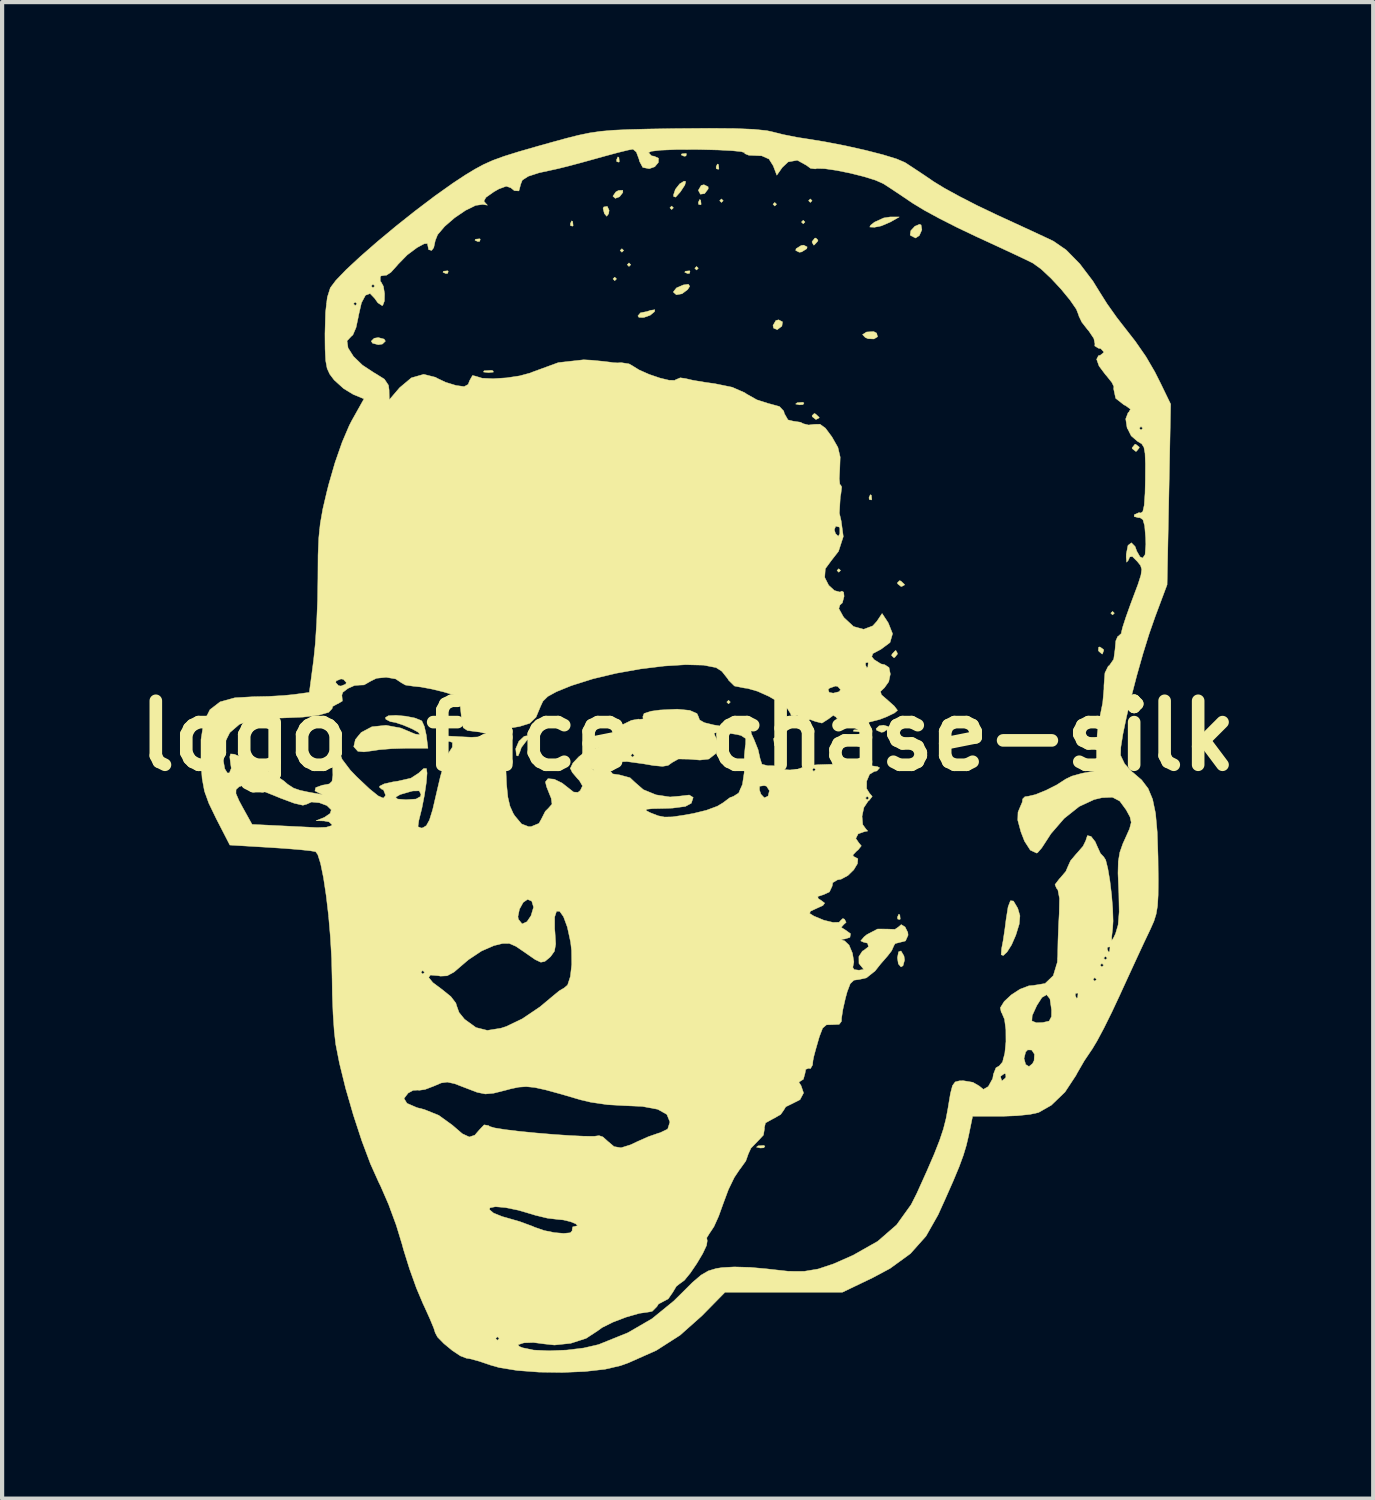
<source format=kicad_pcb>
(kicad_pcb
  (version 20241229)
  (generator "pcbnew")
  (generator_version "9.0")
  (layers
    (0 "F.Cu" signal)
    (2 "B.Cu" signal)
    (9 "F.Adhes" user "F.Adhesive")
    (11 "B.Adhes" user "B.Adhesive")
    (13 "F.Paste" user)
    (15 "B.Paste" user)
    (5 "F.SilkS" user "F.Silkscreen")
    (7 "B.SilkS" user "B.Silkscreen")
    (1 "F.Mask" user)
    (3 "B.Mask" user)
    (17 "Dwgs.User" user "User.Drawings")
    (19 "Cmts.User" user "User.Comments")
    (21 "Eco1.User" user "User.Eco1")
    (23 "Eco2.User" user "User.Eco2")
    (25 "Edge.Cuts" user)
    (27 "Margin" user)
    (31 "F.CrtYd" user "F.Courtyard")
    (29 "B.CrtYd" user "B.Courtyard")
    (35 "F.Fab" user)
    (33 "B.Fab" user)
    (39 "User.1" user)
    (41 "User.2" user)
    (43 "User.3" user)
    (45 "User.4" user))
  (footprint "logo-face-chase-silk"
    (layer "F.Cu")
    (at 13.324 14.471)
    (property "Reference" "logo-face-chase-silk" (at 0 0 0) (layer "F.SilkS") (effects (font (size 1.524 1.524) (thickness 0.3))))
    (attr through_hole)
    (fp_poly (pts (xy -1.693 -10.88) (xy -1.736 -10.837) (xy -1.778 -10.88) (xy -1.736 -10.922) (xy -1.693 -10.88)) (stroke (width 0.01) (type solid)) (fill yes) (layer "F.SilkS"))
    (fp_poly (pts (xy -1.524 -11.557) (xy -1.566 -11.515) (xy -1.609 -11.557) (xy -1.566 -11.599) (xy -1.524 -11.557)) (stroke (width 0.01) (type solid)) (fill yes) (layer "F.SilkS"))
    (fp_poly (pts (xy -1.355 -11.218) (xy -1.397 -11.176) (xy -1.439 -11.218) (xy -1.397 -11.261) (xy -1.355 -11.218)) (stroke (width 0.01) (type solid)) (fill yes) (layer "F.SilkS"))
    (fp_poly (pts (xy -0.339 -12.573) (xy -0.381 -12.531) (xy -0.423 -12.573) (xy -0.381 -12.615) (xy -0.339 -12.573)) (stroke (width 0.01) (type solid)) (fill yes) (layer "F.SilkS"))
    (fp_poly (pts (xy 0.254 -11.134) (xy 0.212 -11.091) (xy 0.169 -11.134) (xy 0.212 -11.176) (xy 0.254 -11.134)) (stroke (width 0.01) (type solid)) (fill yes) (layer "F.SilkS"))
    (fp_poly (pts (xy 0.847 -12.742) (xy 0.804 -12.7) (xy 0.762 -12.742) (xy 0.804 -12.785) (xy 0.847 -12.742)) (stroke (width 0.01) (type solid)) (fill yes) (layer "F.SilkS"))
    (fp_poly (pts (xy 1.016 -0.804) (xy 0.974 -0.762) (xy 0.931 -0.804) (xy 0.974 -0.847) (xy 1.016 -0.804)) (stroke (width 0.01) (type solid)) (fill yes) (layer "F.SilkS"))
    (fp_poly (pts (xy 2.117 -12.658) (xy 2.074 -12.615) (xy 2.032 -12.658) (xy 2.074 -12.7) (xy 2.117 -12.658)) (stroke (width 0.01) (type solid)) (fill yes) (layer "F.SilkS"))
    (fp_poly (pts (xy 2.794 -12.234) (xy 2.752 -12.192) (xy 2.709 -12.234) (xy 2.752 -12.277) (xy 2.794 -12.234)) (stroke (width 0.01) (type solid)) (fill yes) (layer "F.SilkS"))
    (fp_poly (pts (xy 2.963 -12.742) (xy 2.921 -12.7) (xy 2.879 -12.742) (xy 2.921 -12.785) (xy 2.963 -12.742)) (stroke (width 0.01) (type solid)) (fill yes) (layer "F.SilkS"))
    (fp_poly (pts (xy 3.641 -3.937) (xy 3.598 -3.895) (xy 3.556 -3.937) (xy 3.598 -3.979) (xy 3.641 -3.937)) (stroke (width 0.01) (type solid)) (fill yes) (layer "F.SilkS"))
    (fp_poly (pts (xy 10.16 -2.921) (xy 10.118 -2.879) (xy 10.075 -2.921) (xy 10.118 -2.963) (xy 10.16 -2.921)) (stroke (width 0.01) (type solid)) (fill yes) (layer "F.SilkS"))
    (fp_poly (pts (xy -5.701 -11.063) (xy -5.713 -11.013) (xy -5.757 -11.007) (xy -5.827 -11.038) (xy -5.814 -11.063) (xy -5.713 -11.073) (xy -5.701 -11.063)) (stroke (width 0.01) (type solid)) (fill yes) (layer "F.SilkS"))
    (fp_poly (pts (xy -4.939 -11.825) (xy -4.951 -11.775) (xy -4.995 -11.769) (xy -5.065 -11.8) (xy -5.052 -11.825) (xy -4.951 -11.835) (xy -4.939 -11.825)) (stroke (width 0.01) (type solid)) (fill yes) (layer "F.SilkS"))
    (fp_poly (pts (xy -4.636 -8.692) (xy -4.625 -8.661) (xy -4.741 -8.649) (xy -4.862 -8.663) (xy -4.847 -8.692) (xy -4.674 -8.703) (xy -4.636 -8.692)) (stroke (width 0.01) (type solid)) (fill yes) (layer "F.SilkS"))
    (fp_poly (pts (xy -2.738 -12.248) (xy -2.727 -12.148) (xy -2.738 -12.136) (xy -2.788 -12.147) (xy -2.794 -12.192) (xy -2.763 -12.262) (xy -2.738 -12.248)) (stroke (width 0.01) (type solid)) (fill yes) (layer "F.SilkS"))
    (fp_poly (pts (xy -1.637 -13.772) (xy -1.627 -13.672) (xy -1.637 -13.66) (xy -1.687 -13.671) (xy -1.693 -13.716) (xy -1.662 -13.786) (xy -1.637 -13.772)) (stroke (width 0.01) (type solid)) (fill yes) (layer "F.SilkS"))
    (fp_poly (pts (xy -0.028 -13.857) (xy -0.04 -13.807) (xy -0.085 -13.801) (xy -0.154 -13.832) (xy -0.141 -13.857) (xy -0.041 -13.867) (xy -0.028 -13.857)) (stroke (width 0.01) (type solid)) (fill yes) (layer "F.SilkS"))
    (fp_poly (pts (xy 0.056 -11.063) (xy 0.045 -11.013) (xy 0 -11.007) (xy -0.07 -11.038) (xy -0.056 -11.063) (xy 0.044 -11.073) (xy 0.056 -11.063)) (stroke (width 0.01) (type solid)) (fill yes) (layer "F.SilkS"))
    (fp_poly (pts (xy 0.31 -12.756) (xy 0.321 -12.656) (xy 0.31 -12.644) (xy 0.26 -12.655) (xy 0.254 -12.7) (xy 0.285 -12.77) (xy 0.31 -12.756)) (stroke (width 0.01) (type solid)) (fill yes) (layer "F.SilkS"))
    (fp_poly (pts (xy 0.734 -13.603) (xy 0.744 -13.503) (xy 0.734 -13.49) (xy 0.683 -13.502) (xy 0.677 -13.547) (xy 0.708 -13.616) (xy 0.734 -13.603)) (stroke (width 0.01) (type solid)) (fill yes) (layer "F.SilkS"))
    (fp_poly (pts (xy 1.84 9.77) (xy 1.814 9.809) (xy 1.729 9.815) (xy 1.638 9.794) (xy 1.677 9.763) (xy 1.81 9.753) (xy 1.84 9.77)) (stroke (width 0.01) (type solid)) (fill yes) (layer "F.SilkS"))
    (fp_poly (pts (xy 2.771 -7.925) (xy 2.746 -7.887) (xy 2.66 -7.881) (xy 2.57 -7.901) (xy 2.609 -7.932) (xy 2.741 -7.942) (xy 2.771 -7.925)) (stroke (width 0.01) (type solid)) (fill yes) (layer "F.SilkS"))
    (fp_poly (pts (xy 4.17 -0.141) (xy 4.18 -0.11) (xy 4.064 -0.098) (xy 3.944 -0.111) (xy 3.958 -0.141) (xy 4.132 -0.152) (xy 4.17 -0.141)) (stroke (width 0.01) (type solid)) (fill yes) (layer "F.SilkS"))
    (fp_poly (pts (xy 4.374 -5.729) (xy 4.385 -5.629) (xy 4.374 -5.616) (xy 4.324 -5.628) (xy 4.318 -5.673) (xy 4.349 -5.742) (xy 4.374 -5.729)) (stroke (width 0.01) (type solid)) (fill yes) (layer "F.SilkS"))
    (fp_poly (pts (xy 5.052 4.262) (xy 5.062 4.362) (xy 5.052 4.374) (xy 5.001 4.363) (xy 4.995 4.318) (xy 5.026 4.248) (xy 5.052 4.262)) (stroke (width 0.01) (type solid)) (fill yes) (layer "F.SilkS"))
    (fp_poly (pts (xy -1.87 -12.513) (xy -1.881 -12.434) (xy -1.927 -12.371) (xy -1.983 -12.435) (xy -2.014 -12.559) (xy -1.998 -12.593) (xy -1.914 -12.607) (xy -1.87 -12.513)) (stroke (width 0.01) (type solid)) (fill yes) (layer "F.SilkS"))
    (fp_poly (pts (xy 0.487 -13.074) (xy 0.489 -13.023) (xy 0.404 -12.911) (xy 0.303 -12.897) (xy 0.254 -12.989) (xy 0.322 -13.106) (xy 0.388 -13.123) (xy 0.487 -13.074)) (stroke (width 0.01) (type solid)) (fill yes) (layer "F.SilkS"))
    (fp_poly (pts (xy 2.22 0.069) (xy 2.276 0.185) (xy 2.221 0.268) (xy 2.127 0.313) (xy 2.067 0.222) (xy 2.047 0.064) (xy 2.117 0.01) (xy 2.22 0.069)) (stroke (width 0.01) (type solid)) (fill yes) (layer "F.SilkS"))
    (fp_poly (pts (xy 2.259 -9.857) (xy 2.244 -9.755) (xy 2.133 -9.671) (xy 2.046 -9.708) (xy 2.032 -9.772) (xy 2.1 -9.889) (xy 2.166 -9.906) (xy 2.259 -9.857)) (stroke (width 0.01) (type solid)) (fill yes) (layer "F.SilkS"))
    (fp_poly (pts (xy -7.228 -9.447) (xy -7.197 -9.398) (xy -7.268 -9.329) (xy -7.366 -9.313) (xy -7.504 -9.349) (xy -7.535 -9.398) (xy -7.464 -9.467) (xy -7.366 -9.483) (xy -7.228 -9.447)) (stroke (width 0.01) (type solid)) (fill yes) (layer "F.SilkS"))
    (fp_poly (pts (xy -1.543 -12.938) (xy -1.621 -12.837) (xy -1.723 -12.798) (xy -1.778 -12.847) (xy -1.778 -12.853) (xy -1.71 -12.951) (xy -1.644 -12.987) (xy -1.545 -12.99) (xy -1.543 -12.938)) (stroke (width 0.01) (type solid)) (fill yes) (layer "F.SilkS"))
    (fp_poly (pts (xy 2.845 -11.642) (xy 2.836 -11.599) (xy 2.714 -11.522) (xy 2.657 -11.515) (xy 2.573 -11.557) (xy 2.582 -11.599) (xy 2.704 -11.676) (xy 2.762 -11.684) (xy 2.845 -11.642)) (stroke (width 0.01) (type solid)) (fill yes) (layer "F.SilkS"))
    (fp_poly (pts (xy 3.048 -7.662) (xy 3.129 -7.586) (xy 3.133 -7.573) (xy 3.067 -7.536) (xy 3.048 -7.535) (xy 2.967 -7.6) (xy 2.963 -7.625) (xy 3.015 -7.676) (xy 3.048 -7.662)) (stroke (width 0.01) (type solid)) (fill yes) (layer "F.SilkS"))
    (fp_poly (pts (xy 3.104 -11.801) (xy 3.09 -11.769) (xy 3.014 -11.688) (xy 3.001 -11.684) (xy 2.964 -11.75) (xy 2.963 -11.769) (xy 3.028 -11.85) (xy 3.053 -11.853) (xy 3.104 -11.801)) (stroke (width 0.01) (type solid)) (fill yes) (layer "F.SilkS"))
    (fp_poly (pts (xy 4.779 -0.221) (xy 4.784 -0.169) (xy 4.661 -0.091) (xy 4.609 -0.085) (xy 4.5 -0.132) (xy 4.487 -0.169) (xy 4.558 -0.237) (xy 4.662 -0.254) (xy 4.779 -0.221)) (stroke (width 0.01) (type solid)) (fill yes) (layer "F.SilkS"))
    (fp_poly (pts (xy 4.994 -1.966) (xy 4.995 -1.947) (xy 4.93 -1.866) (xy 4.906 -1.863) (xy 4.855 -1.915) (xy 4.868 -1.947) (xy 4.944 -2.028) (xy 4.958 -2.032) (xy 4.994 -1.966)) (stroke (width 0.01) (type solid)) (fill yes) (layer "F.SilkS"))
    (fp_poly (pts (xy 5.08 -3.683) (xy 5.161 -3.607) (xy 5.165 -3.593) (xy 5.099 -3.557) (xy 5.08 -3.556) (xy 4.999 -3.621) (xy 4.995 -3.646) (xy 5.047 -3.696) (xy 5.08 -3.683)) (stroke (width 0.01) (type solid)) (fill yes) (layer "F.SilkS"))
    (fp_poly (pts (xy 5.151 5.242) (xy 5.165 5.339) (xy 5.128 5.474) (xy 5.08 5.503) (xy 5.017 5.431) (xy 4.995 5.287) (xy 5.022 5.143) (xy 5.08 5.122) (xy 5.151 5.242)) (stroke (width 0.01) (type solid)) (fill yes) (layer "F.SilkS"))
    (fp_poly (pts (xy 9.903 -2.055) (xy 9.906 -2.032) (xy 9.877 -1.95) (xy 9.869 -1.947) (xy 9.796 -2.007) (xy 9.779 -2.032) (xy 9.786 -2.11) (xy 9.816 -2.117) (xy 9.903 -2.055)) (stroke (width 0.01) (type solid)) (fill yes) (layer "F.SilkS"))
    (fp_poly (pts (xy 10.75 -6.878) (xy 10.753 -6.858) (xy 10.688 -6.776) (xy 10.668 -6.773) (xy 10.586 -6.838) (xy 10.583 -6.858) (xy 10.648 -6.94) (xy 10.668 -6.943) (xy 10.75 -6.878)) (stroke (width 0.01) (type solid)) (fill yes) (layer "F.SilkS"))
    (fp_poly (pts (xy 0.049 -10.704) (xy 0 -10.626) (xy -0.134 -10.526) (xy -0.269 -10.502) (xy -0.338 -10.562) (xy -0.339 -10.574) (xy -0.267 -10.665) (xy -0.105 -10.736) (xy 0.017 -10.753) (xy 0.049 -10.704)) (stroke (width 0.01) (type solid)) (fill yes) (layer "F.SilkS"))
    (fp_poly (pts (xy 4.499 -9.59) (xy 4.522 -9.502) (xy 4.435 -9.45) (xy 4.296 -9.456) (xy 4.228 -9.486) (xy 4.164 -9.554) (xy 4.255 -9.613) (xy 4.263 -9.616) (xy 4.429 -9.626) (xy 4.499 -9.59)) (stroke (width 0.01) (type solid)) (fill yes) (layer "F.SilkS"))
    (fp_poly (pts (xy 5.038 -12.355) (xy 4.826 -12.234) (xy 4.611 -12.142) (xy 4.45 -12.11) (xy 4.336 -12.115) (xy 4.357 -12.159) (xy 4.45 -12.232) (xy 4.667 -12.331) (xy 4.826 -12.356) (xy 5.038 -12.355)) (stroke (width 0.01) (type solid)) (fill yes) (layer "F.SilkS"))
    (fp_poly (pts (xy 5.558 -12.165) (xy 5.577 -12.05) (xy 5.517 -11.913) (xy 5.426 -11.853) (xy 5.308 -11.914) (xy 5.298 -11.928) (xy 5.313 -12.028) (xy 5.41 -12.133) (xy 5.52 -12.18) (xy 5.558 -12.165)) (stroke (width 0.01) (type solid)) (fill yes) (layer "F.SilkS"))
    (fp_poly (pts (xy -0.789 -10.1) (xy -0.894 -10.014) (xy -1.042 -9.962) (xy -1.159 -9.963) (xy -1.185 -9.999) (xy -1.122 -10.074) (xy -1.108 -10.075) (xy -0.968 -10.103) (xy -0.882 -10.132) (xy -0.781 -10.146) (xy -0.789 -10.1)) (stroke (width 0.01) (type solid)) (fill yes) (layer "F.SilkS"))
    (fp_poly (pts (xy -0.046 -13.198) (xy -0.067 -13.115) (xy -0.167 -12.962) (xy -0.173 -12.953) (xy -0.286 -12.827) (xy -0.333 -12.841) (xy -0.337 -12.88) (xy -0.292 -13.013) (xy -0.191 -13.142) (xy -0.086 -13.208) (xy -0.046 -13.198)) (stroke (width 0.01) (type solid)) (fill yes) (layer "F.SilkS"))
    (fp_poly (pts (xy -3.74 0.011) (xy -3.785 0.071) (xy -3.829 0.106) (xy -3.96 0.278) (xy -3.995 0.381) (xy -4.039 0.481) (xy -4.077 0.466) (xy -4.094 0.307) (xy -4.019 0.13) (xy -3.894 0.013) (xy -3.839 0) (xy -3.74 0.011)) (stroke (width 0.01) (type solid)) (fill yes) (layer "F.SilkS"))
    (fp_poly (pts (xy 7.758 3.934) (xy 7.852 4.092) (xy 7.862 4.113) (xy 7.912 4.285) (xy 7.895 4.483) (xy 7.814 4.746) (xy 7.713 4.977) (xy 7.606 5.146) (xy 7.516 5.231) (xy 7.465 5.213) (xy 7.475 5.069) (xy 7.477 5.06) (xy 7.513 4.87) (xy 7.555 4.586) (xy 7.581 4.381) (xy 7.63 4.072) (xy 7.686 3.926) (xy 7.758 3.934)) (stroke (width 0.01) (type solid)) (fill yes) (layer "F.SilkS"))
    (fp_poly (pts (xy -6.717 -0.468) (xy -6.498 -0.425) (xy -6.346 -0.365) (xy -6.327 -0.35) (xy -6.269 -0.222) (xy -6.222 -0.01) (xy -6.22 0.009) (xy -6.184 0.296) (xy -6.712 0.296) (xy -7.04 0.306) (xy -7.339 0.33) (xy -7.493 0.354) (xy -7.708 0.382) (xy -7.853 0.368) (xy -7.951 0.258) (xy -7.912 0.089) (xy -7.773 -0.081) (xy -7.518 -0.216) (xy -7.183 -0.251) (xy -6.829 -0.185) (xy -6.677 -0.121) (xy -6.492 -0.043) (xy -6.381 -0.027) (xy -6.375 -0.031) (xy -6.415 -0.085) (xy -6.561 -0.166) (xy -6.76 -0.251) (xy -6.955 -0.317) (xy -7.08 -0.339) (xy -7.186 -0.394) (xy -7.197 -0.435) (xy -7.124 -0.479) (xy -6.945 -0.488) (xy -6.717 -0.468)) (stroke (width 0.01) (type solid)) (fill yes) (layer "F.SilkS"))
    (fp_poly (pts (xy 1.124 -14.461) (xy 1.576 -14.442) (xy 1.88 -14.411) (xy 1.99 -14.388) (xy 2.279 -14.316) (xy 2.629 -14.247) (xy 2.794 -14.222) (xy 3.267 -14.145) (xy 3.758 -14.05) (xy 4.231 -13.944) (xy 4.649 -13.837) (xy 4.975 -13.737) (xy 5.172 -13.653) (xy 5.176 -13.651) (xy 5.372 -13.523) (xy 5.642 -13.344) (xy 5.863 -13.193) (xy 6.117 -13.038) (xy 6.479 -12.84) (xy 6.902 -12.623) (xy 7.34 -12.414) (xy 7.37 -12.4) (xy 7.785 -12.209) (xy 8.169 -12.032) (xy 8.483 -11.886) (xy 8.688 -11.789) (xy 8.709 -11.779) (xy 9.012 -11.57) (xy 9.336 -11.24) (xy 9.649 -10.828) (xy 9.8 -10.583) (xy 9.987 -10.286) (xy 10.216 -9.963) (xy 10.326 -9.821) (xy 10.659 -9.394) (xy 10.913 -9.028) (xy 11.124 -8.666) (xy 11.264 -8.388) (xy 11.501 -7.899) (xy 11.459 -5.749) (xy 11.416 -3.598) (xy 11.131 -2.836) (xy 10.987 -2.423) (xy 10.839 -1.946) (xy 10.695 -1.438) (xy 10.563 -0.93) (xy 10.45 -0.454) (xy 10.364 -0.042) (xy 10.314 0.273) (xy 10.308 0.461) (xy 10.309 0.466) (xy 10.405 0.667) (xy 10.582 0.858) (xy 10.603 0.873) (xy 10.81 1.051) (xy 10.964 1.254) (xy 11.071 1.51) (xy 11.141 1.847) (xy 11.181 2.294) (xy 11.2 2.879) (xy 11.201 2.947) (xy 11.206 3.436) (xy 11.203 3.791) (xy 11.188 4.049) (xy 11.155 4.245) (xy 11.102 4.415) (xy 11.022 4.595) (xy 10.993 4.657) (xy 10.87 4.915) (xy 10.7 5.281) (xy 10.504 5.706) (xy 10.304 6.142) (xy 10.293 6.167) (xy 10.1 6.579) (xy 9.912 6.959) (xy 9.748 7.266) (xy 9.63 7.463) (xy 9.618 7.479) (xy 9.445 7.736) (xy 9.275 8.03) (xy 9.246 8.086) (xy 8.985 8.482) (xy 8.659 8.796) (xy 8.355 8.969) (xy 8.155 9.013) (xy 7.848 9.045) (xy 7.496 9.059) (xy 7.451 9.059) (xy 6.785 9.059) (xy 6.688 9.53) (xy 6.635 9.755) (xy 6.565 9.987) (xy 6.466 10.257) (xy 6.325 10.596) (xy 6.131 11.035) (xy 5.963 11.406) (xy 5.675 11.914) (xy 5.304 12.33) (xy 4.818 12.683) (xy 4.403 12.905) (xy 3.683 13.25) (xy 0.889 13.25) (xy 0.339 13.81) (xy -0.181 14.272) (xy -0.746 14.634) (xy -1.412 14.93) (xy -1.599 14.997) (xy -1.965 15.082) (xy -2.443 15.136) (xy -2.984 15.159) (xy -3.538 15.151) (xy -4.057 15.112) (xy -4.489 15.042) (xy -4.699 14.982) (xy -4.967 14.891) (xy -5.188 14.832) (xy -5.268 14.82) (xy -5.409 14.766) (xy -5.605 14.636) (xy -5.804 14.472) (xy -5.922 14.351) (xy -4.572 14.351) (xy -4.53 14.393) (xy -4.487 14.351) (xy -4.53 14.309) (xy -4.572 14.351) (xy -5.922 14.351) (xy -5.957 14.315) (xy -6.011 14.213) (xy -6.045 14.104) (xy -6.136 13.885) (xy -6.265 13.599) (xy -6.301 13.523) (xy -6.459 13.149) (xy -6.623 12.691) (xy -6.766 12.233) (xy -6.8 12.107) (xy -6.939 11.652) (xy -7.076 11.28) (xy -4.721 11.28) (xy -4.623 11.363) (xy -4.418 11.446) (xy -4.311 11.476) (xy -3.999 11.566) (xy -3.697 11.677) (xy -3.641 11.702) (xy -3.42 11.779) (xy -3.175 11.829) (xy -2.951 11.848) (xy -2.793 11.833) (xy -2.746 11.78) (xy -2.752 11.769) (xy -2.737 11.692) (xy -2.693 11.683) (xy -2.619 11.663) (xy -2.667 11.618) (xy -2.796 11.567) (xy -2.962 11.527) (xy -3.09 11.515) (xy -3.34 11.485) (xy -3.63 11.415) (xy -3.683 11.398) (xy -4.03 11.296) (xy -4.338 11.233) (xy -4.576 11.212) (xy -4.708 11.238) (xy -4.721 11.28) (xy -7.076 11.28) (xy -7.12 11.16) (xy -7.311 10.721) (xy -7.358 10.626) (xy -7.552 10.194) (xy -7.758 9.645) (xy -7.96 9.029) (xy -8.074 8.634) (xy -6.754 8.634) (xy -6.684 8.75) (xy -6.446 8.853) (xy -6.268 8.899) (xy -5.927 9.036) (xy -5.607 9.267) (xy -5.601 9.272) (xy -5.365 9.475) (xy -5.199 9.552) (xy -5.068 9.508) (xy -4.962 9.385) (xy -4.846 9.263) (xy -4.74 9.281) (xy -4.713 9.302) (xy -4.597 9.336) (xy -4.35 9.376) (xy -4.01 9.417) (xy -3.614 9.456) (xy -3.199 9.491) (xy -2.803 9.518) (xy -2.464 9.534) (xy -2.22 9.535) (xy -2.109 9.52) (xy -2.019 9.55) (xy -1.903 9.654) (xy -1.752 9.781) (xy -1.587 9.809) (xy -1.359 9.738) (xy -1.203 9.664) (xy -0.938 9.546) (xy -0.691 9.46) (xy -0.656 9.451) (xy -0.476 9.364) (xy -0.423 9.199) (xy -0.423 9.193) (xy -0.495 9.015) (xy -0.712 8.893) (xy -1.081 8.824) (xy -1.521 8.805) (xy -1.907 8.783) (xy -2.308 8.724) (xy -2.546 8.668) (xy -3.028 8.527) (xy -3.382 8.43) (xy -3.642 8.373) (xy -3.844 8.353) (xy -4.02 8.365) (xy -4.207 8.404) (xy -4.337 8.439) (xy -4.62 8.51) (xy -4.819 8.528) (xy -5.014 8.488) (xy -5.283 8.385) (xy -5.549 8.283) (xy -5.723 8.245) (xy -5.868 8.265) (xy -6.043 8.34) (xy -6.252 8.42) (xy -6.399 8.441) (xy -6.418 8.435) (xy -6.537 8.442) (xy -6.655 8.506) (xy -6.754 8.634) (xy -8.074 8.634) (xy -8.144 8.394) (xy -8.292 7.792) (xy -8.38 7.344) (xy -8.415 7.039) (xy -8.443 6.625) (xy -8.461 6.16) (xy -8.466 5.8) (xy -8.467 5.753) (xy -6.167 5.753) (xy -6.068 5.875) (xy -5.842 6.044) (xy -5.639 6.208) (xy -5.519 6.365) (xy -5.503 6.421) (xy -5.444 6.586) (xy -5.313 6.748) (xy -5.04 6.946) (xy -4.77 7.014) (xy -4.446 6.962) (xy -4.317 6.92) (xy -3.936 6.737) (xy -3.516 6.453) (xy -3.218 6.204) (xy -3.059 6.073) (xy -2.955 6.012) (xy -2.95 6.011) (xy -2.859 5.934) (xy -2.793 5.731) (xy -2.76 5.443) (xy -2.764 5.114) (xy -2.787 4.912) (xy -2.865 4.554) (xy -2.956 4.307) (xy -3.047 4.178) (xy -3.122 4.177) (xy -3.167 4.313) (xy -3.167 4.596) (xy -3.159 4.679) (xy -3.142 4.957) (xy -3.172 5.129) (xy -3.262 5.255) (xy -3.293 5.284) (xy -3.401 5.372) (xy -3.496 5.391) (xy -3.626 5.331) (xy -3.841 5.182) (xy -3.859 5.169) (xy -4.088 5.013) (xy -4.249 4.943) (xy -4.409 4.945) (xy -4.612 4.995) (xy -4.908 5.124) (xy -5.221 5.332) (xy -5.338 5.432) (xy -5.563 5.625) (xy -5.728 5.714) (xy -5.885 5.722) (xy -5.938 5.712) (xy -6.125 5.696) (xy -6.167 5.753) (xy -8.467 5.753) (xy -8.47 5.63) (xy -6.35 5.63) (xy -6.308 5.673) (xy -6.265 5.63) (xy -6.308 5.588) (xy -6.35 5.63) (xy -8.47 5.63) (xy -8.477 5.31) (xy -8.507 4.794) (xy -8.549 4.303) (xy -4.041 4.303) (xy -4.031 4.367) (xy -3.941 4.479) (xy -3.826 4.426) (xy -3.73 4.284) (xy -3.669 4.08) (xy -3.713 3.935) (xy -3.812 3.895) (xy -3.916 3.966) (xy -4.005 4.128) (xy -4.041 4.303) (xy -8.549 4.303) (xy -8.551 4.28) (xy -8.608 3.798) (xy -8.672 3.375) (xy -8.74 3.042) (xy -8.808 2.827) (xy -8.858 2.759) (xy -8.984 2.737) (xy -9.24 2.71) (xy -9.587 2.682) (xy -9.935 2.659) (xy -10.901 2.601) (xy -11.229 1.964) (xy -11.402 1.605) (xy -11.485 1.374) (xy -10.756 1.374) (xy -10.683 1.543) (xy -10.596 1.705) (xy -10.372 2.109) (xy -9.779 2.138) (xy -9.414 2.156) (xy -9.059 2.173) (xy -8.826 2.185) (xy -8.607 2.177) (xy -8.48 2.139) (xy -8.467 2.117) (xy -8.539 2.049) (xy -8.657 2.027) (xy -8.848 2.021) (xy -8.65 1.942) (xy -8.513 1.848) (xy -8.486 1.762) (xy -8.589 1.661) (xy -8.771 1.593) (xy -8.957 1.576) (xy -9.07 1.627) (xy -9.161 1.653) (xy -9.367 1.606) (xy -9.702 1.481) (xy -9.837 1.425) (xy -10.209 1.277) (xy -10.46 1.201) (xy -10.618 1.19) (xy -10.682 1.213) (xy -10.753 1.279) (xy -10.756 1.374) (xy -11.485 1.374) (xy -11.506 1.315) (xy -11.561 1.017) (xy -11.588 0.65) (xy -11.588 0.594) (xy -11.056 0.594) (xy -11.022 0.784) (xy -10.96 0.885) (xy -10.912 0.883) (xy -10.867 0.772) (xy -10.882 0.671) (xy -10.903 0.501) (xy -10.884 0.431) (xy -10.798 0.438) (xy -10.608 0.514) (xy -10.355 0.636) (xy -10.079 0.785) (xy -9.819 0.937) (xy -9.617 1.073) (xy -9.525 1.153) (xy -9.381 1.246) (xy -9.229 1.298) (xy -9.047 1.337) (xy -8.868 1.37) (xy -8.734 1.392) (xy -8.69 1.394) (xy -8.742 1.379) (xy -8.875 1.311) (xy -8.857 1.233) (xy -8.698 1.175) (xy -8.661 1.17) (xy -8.533 1.145) (xy -8.468 1.082) (xy -8.448 0.937) (xy -8.455 0.666) (xy -8.456 0.656) (xy -8.455 0.359) (xy -8.421 0.195) (xy -8.388 0.169) (xy -8.318 0.241) (xy -8.297 0.368) (xy -8.228 0.559) (xy -8.032 0.818) (xy -7.883 0.973) (xy -7.577 1.262) (xy -7.369 1.43) (xy -7.247 1.484) (xy -7.227 1.462) (xy -6.955 1.462) (xy -6.908 1.505) (xy -6.71 1.521) (xy -6.468 1.505) (xy -6.362 1.445) (xy -6.35 1.395) (xy -6.392 1.31) (xy -6.543 1.313) (xy -6.583 1.322) (xy -6.846 1.398) (xy -6.955 1.462) (xy -7.227 1.462) (xy -7.199 1.43) (xy -7.197 1.401) (xy -7.244 1.286) (xy -7.286 1.27) (xy -7.341 1.221) (xy -7.331 1.197) (xy -7.226 1.144) (xy -7.014 1.096) (xy -6.898 1.079) (xy -6.589 1.008) (xy -6.4 0.885) (xy -6.395 0.878) (xy -6.284 0.778) (xy -6.22 0.779) (xy -6.205 0.887) (xy -6.223 1.112) (xy -6.267 1.408) (xy -6.329 1.727) (xy -6.402 2.019) (xy -6.422 2.164) (xy -6.345 2.195) (xy -6.304 2.189) (xy -6.222 2.138) (xy -6.148 2.004) (xy -6.072 1.759) (xy -5.983 1.376) (xy -5.974 1.337) (xy -5.889 0.975) (xy -5.803 0.671) (xy -5.728 0.467) (xy -5.694 0.41) (xy -5.603 0.27) (xy -5.601 0.158) (xy -5.685 0.129) (xy -5.706 0.135) (xy -5.848 0.119) (xy -5.889 0.078) (xy -5.885 0.022) (xy -5.766 0.002) (xy -5.509 0.015) (xy -5.443 0.02) (xy -5.152 0.034) (xy -4.921 0.023) (xy -4.821 -0.003) (xy -4.809 -0.055) (xy -4.961 -0.092) (xy -5.039 -0.1) (xy -5.243 -0.126) (xy -5.343 -0.192) (xy -5.381 -0.347) (xy -5.393 -0.501) (xy -5.418 -0.738) (xy -5.451 -0.895) (xy -5.465 -0.921) (xy -5.584 -0.978) (xy -5.812 -1.046) (xy -6.088 -1.113) (xy -6.353 -1.163) (xy -6.536 -1.182) (xy -6.72 -1.209) (xy -6.809 -1.259) (xy -6.953 -1.355) (xy -7.179 -1.394) (xy -7.41 -1.37) (xy -7.546 -1.303) (xy -7.706 -1.212) (xy -7.811 -1.208) (xy -7.934 -1.198) (xy -8.09 -1.128) (xy -8.211 -1.036) (xy -8.234 -0.97) (xy -8.221 -0.829) (xy -8.332 -0.762) (xy -8.34 -0.762) (xy -8.452 -0.7) (xy -8.467 -0.647) (xy -8.548 -0.56) (xy -8.784 -0.492) (xy -9.157 -0.446) (xy -9.654 -0.425) (xy -9.841 -0.423) (xy -10.325 -0.388) (xy -10.672 -0.275) (xy -10.902 -0.077) (xy -11.013 0.145) (xy -11.055 0.365) (xy -11.056 0.594) (xy -11.588 0.594) (xy -11.588 0.089) (xy -11.522 -0.329) (xy -11.375 -0.623) (xy -11.133 -0.809) (xy -10.782 -0.906) (xy -10.349 -0.931) (xy -9.981 -0.939) (xy -9.619 -0.96) (xy -9.384 -0.983) (xy -9.009 -1.034) (xy -8.977 -1.27) (xy -8.382 -1.27) (xy -8.313 -1.195) (xy -8.255 -1.185) (xy -8.142 -1.231) (xy -8.128 -1.27) (xy -8.197 -1.345) (xy -8.255 -1.355) (xy -8.368 -1.309) (xy -8.382 -1.27) (xy -8.977 -1.27) (xy -8.906 -1.808) (xy -8.866 -2.198) (xy -8.834 -2.694) (xy -8.812 -3.235) (xy -8.804 -3.758) (xy -8.804 -3.783) (xy -8.801 -4.302) (xy -8.784 -4.707) (xy -8.764 -4.908) (xy 3.492 -4.908) (xy 3.521 -4.815) (xy 3.586 -4.751) (xy 3.623 -4.814) (xy 3.623 -4.946) (xy 3.607 -4.972) (xy 3.526 -4.992) (xy 3.492 -4.908) (xy -8.764 -4.908) (xy -8.748 -5.056) (xy -8.687 -5.403) (xy -8.593 -5.805) (xy -8.548 -5.983) (xy -8.397 -6.505) (xy -8.227 -6.992) (xy -8.058 -7.388) (xy -7.999 -7.503) (xy -7.707 -8.024) (xy -7.962 -8.129) (xy -8.192 -8.269) (xy -8.411 -8.467) (xy -8.426 -8.484) (xy -8.523 -8.613) (xy -8.585 -8.749) (xy -8.619 -8.933) (xy -8.633 -9.207) (xy -8.635 -9.404) (xy -8.111 -9.404) (xy -8.086 -9.236) (xy -7.957 -9.033) (xy -7.743 -8.826) (xy -7.463 -8.642) (xy -7.443 -8.632) (xy -7.221 -8.493) (xy -7.124 -8.348) (xy -7.109 -8.232) (xy -7.105 -8.001) (xy -6.858 -8.29) (xy -6.579 -8.524) (xy -6.285 -8.608) (xy -6.002 -8.537) (xy -5.969 -8.516) (xy -5.762 -8.418) (xy -5.517 -8.343) (xy -5.321 -8.316) (xy -5.227 -8.367) (xy -5.191 -8.46) (xy -5.122 -8.581) (xy -5.048 -8.563) (xy -4.894 -8.516) (xy -4.631 -8.504) (xy -4.315 -8.524) (xy -4.001 -8.571) (xy -3.747 -8.64) (xy -3.697 -8.661) (xy -3.08 -8.887) (xy -2.478 -8.954) (xy -2.286 -8.944) (xy -2.022 -8.918) (xy -1.835 -8.896) (xy -1.778 -8.886) (xy -1.668 -8.88) (xy -1.582 -8.886) (xy -1.396 -8.857) (xy -1.328 -8.819) (xy -1.155 -8.712) (xy -0.915 -8.606) (xy -0.659 -8.519) (xy -0.439 -8.466) (xy -0.305 -8.465) (xy -0.29 -8.477) (xy -0.176 -8.525) (xy -0.054 -8.508) (xy 0.126 -8.466) (xy 0.406 -8.419) (xy 0.649 -8.385) (xy 1.06 -8.301) (xy 1.361 -8.169) (xy 1.403 -8.139) (xy 1.65 -8) (xy 1.936 -7.909) (xy 1.956 -7.905) (xy 2.185 -7.842) (xy 2.288 -7.733) (xy 2.303 -7.673) (xy 2.389 -7.523) (xy 2.511 -7.493) (xy 2.686 -7.467) (xy 2.757 -7.431) (xy 2.879 -7.401) (xy 3.012 -7.417) (xy 3.151 -7.42) (xy 3.28 -7.327) (xy 3.434 -7.12) (xy 3.578 -6.867) (xy 3.632 -6.637) (xy 3.622 -6.353) (xy 3.61 -6.122) (xy 3.624 -5.987) (xy 3.644 -5.971) (xy 3.668 -5.925) (xy 3.649 -5.762) (xy 3.635 -5.693) (xy 3.612 -5.304) (xy 3.656 -5.114) (xy 3.706 -4.744) (xy 3.592 -4.393) (xy 3.425 -4.179) (xy 3.278 -3.979) (xy 3.264 -3.781) (xy 3.269 -3.761) (xy 3.358 -3.585) (xy 3.495 -3.459) (xy 3.628 -3.423) (xy 3.672 -3.446) (xy 3.714 -3.421) (xy 3.725 -3.323) (xy 3.684 -3.166) (xy 3.626 -3.114) (xy 3.6 -3.03) (xy 3.701 -2.846) (xy 3.727 -2.81) (xy 3.95 -2.603) (xy 4.189 -2.537) (xy 4.406 -2.617) (xy 4.506 -2.727) (xy 4.63 -2.913) (xy 4.777 -2.689) (xy 4.879 -2.432) (xy 4.818 -2.221) (xy 4.594 -2.055) (xy 4.574 -2.046) (xy 4.41 -1.959) (xy 4.384 -1.885) (xy 4.44 -1.814) (xy 4.604 -1.712) (xy 4.693 -1.693) (xy 4.794 -1.627) (xy 4.826 -1.471) (xy 4.788 -1.289) (xy 4.684 -1.143) (xy 4.678 -1.138) (xy 4.592 -1.056) (xy 4.614 -0.977) (xy 4.761 -0.85) (xy 4.763 -0.848) (xy 4.919 -0.709) (xy 4.994 -0.611) (xy 4.995 -0.603) (xy 4.923 -0.543) (xy 4.736 -0.453) (xy 4.57 -0.389) (xy 4.241 -0.305) (xy 3.93 -0.285) (xy 3.683 -0.326) (xy 3.543 -0.425) (xy 3.534 -0.446) (xy 3.468 -0.488) (xy 3.353 -0.402) (xy 3.198 -0.303) (xy 3.042 -0.342) (xy 2.915 -0.389) (xy 2.879 -0.374) (xy 2.826 -0.372) (xy 2.755 -0.42) (xy 2.611 -0.481) (xy 2.544 -0.468) (xy 2.463 -0.481) (xy 2.453 -0.524) (xy 2.378 -0.644) (xy 2.19 -0.791) (xy 1.936 -0.939) (xy 1.664 -1.061) (xy 1.526 -1.101) (xy 3.344 -1.101) (xy 3.37 -1.034) (xy 3.466 -1.016) (xy 3.607 -1.051) (xy 3.641 -1.101) (xy 3.572 -1.177) (xy 3.519 -1.185) (xy 3.375 -1.134) (xy 3.344 -1.101) (xy 1.526 -1.101) (xy 1.421 -1.131) (xy 1.355 -1.138) (xy 1.115 -1.186) (xy 0.973 -1.326) (xy 0.958 -1.355) (xy 0.815 -1.536) (xy 0.677 -1.625) (xy 0.378 -1.683) (xy -0.01 -1.693) (xy 4.233 -1.693) (xy 4.264 -1.624) (xy 4.29 -1.637) (xy 4.3 -1.737) (xy 4.29 -1.75) (xy 4.239 -1.738) (xy 4.233 -1.693) (xy -0.01 -1.693) (xy -0.047 -1.694) (xy -0.559 -1.662) (xy -1.122 -1.593) (xy -1.699 -1.49) (xy -2.253 -1.358) (xy -2.748 -1.202) (xy -2.792 -1.186) (xy -3.124 -1.051) (xy -3.33 -0.938) (xy -3.446 -0.824) (xy -3.501 -0.706) (xy -3.611 -0.443) (xy -3.76 -0.298) (xy -4.002 -0.223) (xy -4.048 -0.215) (xy -4.36 -0.162) (xy -4.331 0.729) (xy -4.312 1.159) (xy -4.281 1.461) (xy -4.231 1.675) (xy -4.155 1.844) (xy -4.12 1.901) (xy -3.955 2.098) (xy -3.785 2.163) (xy -3.725 2.161) (xy -3.541 2.085) (xy -3.483 1.982) (xy -3.39 1.798) (xy -3.317 1.726) (xy -3.23 1.626) (xy -3.249 1.486) (xy -3.284 1.402) (xy -3.359 1.213) (xy -3.387 1.097) (xy -3.326 1.02) (xy -3.178 1.033) (xy -2.989 1.125) (xy -2.875 1.214) (xy -2.716 1.339) (xy -2.612 1.346) (xy -2.556 1.301) (xy -2.504 1.193) (xy -2.577 1.066) (xy -2.623 1.018) (xy -2.748 0.87) (xy -2.794 0.774) (xy -2.793 0.772) (xy -2.286 0.772) (xy -2.234 0.818) (xy -2.201 0.804) (xy -2.199 0.802) (xy -1.863 0.802) (xy -1.788 0.906) (xy -1.619 0.931) (xy -1.372 0.998) (xy -1.259 1.104) (xy -1.056 1.281) (xy -0.753 1.405) (xy -0.419 1.456) (xy -0.2 1.437) (xy 0.038 1.409) (xy 0.132 1.467) (xy 0.087 1.605) (xy -0.054 1.681) (xy -0.36 1.721) (xy -0.547 1.728) (xy -0.837 1.734) (xy -0.979 1.749) (xy -0.992 1.777) (xy -0.898 1.827) (xy -0.872 1.838) (xy -0.702 1.904) (xy -0.55 1.934) (xy -0.365 1.93) (xy -0.097 1.89) (xy 0.138 1.848) (xy 0.448 1.772) (xy 0.709 1.675) (xy 0.843 1.594) (xy 0.992 1.482) (xy 4.233 1.482) (xy 4.276 1.524) (xy 4.318 1.482) (xy 4.276 1.439) (xy 4.233 1.482) (xy 0.992 1.482) (xy 0.996 1.478) (xy 1.094 1.439) (xy 1.215 1.362) (xy 1.248 1.285) (xy 1.708 1.285) (xy 1.745 1.39) (xy 1.828 1.478) (xy 1.915 1.433) (xy 1.947 1.307) (xy 1.879 1.199) (xy 1.82 1.185) (xy 1.713 1.201) (xy 1.708 1.285) (xy 1.248 1.285) (xy 1.304 1.159) (xy 1.347 0.873) (xy 1.348 0.74) (xy 1.35 0.467) (xy 1.372 0.239) (xy 1.38 0.2) (xy 1.383 0.065) (xy 1.273 -0.008) (xy 1.168 -0.033) (xy 0.924 -0.071) (xy 0.741 -0.085) (xy 0.627 -0.064) (xy 0.66 0.021) (xy 0.674 0.038) (xy 0.736 0.226) (xy 0.672 0.42) (xy 0.507 0.55) (xy 0.496 0.554) (xy 0.292 0.577) (xy 0.043 0.556) (xy -0.219 0.551) (xy -0.369 0.635) (xy -0.465 0.704) (xy -0.597 0.727) (xy -0.815 0.707) (xy -1.045 0.667) (xy -1.446 0.612) (xy -1.705 0.623) (xy -1.838 0.704) (xy -1.863 0.802) (xy -2.199 0.802) (xy -2.12 0.692) (xy -2.117 0.667) (xy -2.169 0.621) (xy -2.201 0.635) (xy -2.283 0.747) (xy -2.286 0.772) (xy -2.793 0.772) (xy -2.733 0.649) (xy -2.59 0.497) (xy -2.549 0.466) (xy -1.355 0.466) (xy -1.312 0.508) (xy -1.27 0.466) (xy -1.312 0.423) (xy -1.355 0.466) (xy -2.549 0.466) (xy -2.419 0.366) (xy -2.278 0.304) (xy -2.248 0.306) (xy -2.129 0.278) (xy -2.088 0.217) (xy -1.976 0.101) (xy -1.908 0.085) (xy -1.794 0.027) (xy -1.778 -0.024) (xy -1.707 -0.143) (xy -1.539 -0.271) (xy -1.338 -0.369) (xy -1.17 -0.399) (xy -1.143 -0.393) (xy -1.06 -0.401) (xy -1.067 -0.458) (xy -1.038 -0.532) (xy -0.871 -0.586) (xy -0.658 -0.615) (xy -0.251 -0.635) (xy 0.05 -0.606) (xy 0.222 -0.531) (xy 0.254 -0.462) (xy 0.285 -0.378) (xy 0.397 -0.314) (xy 0.621 -0.259) (xy 0.942 -0.208) (xy 1.228 -0.19) (xy 1.38 -0.232) (xy 1.392 -0.246) (xy 1.501 -0.325) (xy 1.629 -0.329) (xy 1.693 -0.257) (xy 1.693 -0.254) (xy 1.625 -0.178) (xy 1.573 -0.169) (xy 1.503 -0.147) (xy 1.517 -0.051) (xy 1.582 0.091) (xy 1.677 0.329) (xy 1.724 0.538) (xy 1.724 0.539) (xy 1.768 0.676) (xy 1.909 0.713) (xy 1.968 0.71) (xy 2.137 0.719) (xy 2.201 0.761) (xy 2.272 0.803) (xy 2.436 0.813) (xy 2.521 0.804) (xy 2.963 0.804) (xy 3.006 0.847) (xy 3.048 0.804) (xy 3.006 0.762) (xy 2.963 0.804) (xy 2.521 0.804) (xy 2.619 0.794) (xy 2.75 0.748) (xy 2.76 0.74) (xy 2.87 0.708) (xy 3.097 0.688) (xy 3.4 0.678) (xy 3.736 0.678) (xy 4.063 0.688) (xy 4.339 0.707) (xy 4.521 0.734) (xy 4.572 0.762) (xy 4.504 0.837) (xy 4.447 0.847) (xy 4.331 0.917) (xy 4.263 1.079) (xy 4.261 1.256) (xy 4.328 1.365) (xy 4.395 1.443) (xy 4.323 1.536) (xy 4.297 1.556) (xy 4.196 1.707) (xy 4.152 1.916) (xy 4.169 2.114) (xy 4.252 2.229) (xy 4.255 2.23) (xy 4.288 2.267) (xy 4.217 2.279) (xy 4.06 2.334) (xy 4.004 2.443) (xy 4.074 2.546) (xy 4.135 2.62) (xy 4.06 2.715) (xy 4.021 2.746) (xy 3.932 2.84) (xy 3.958 2.876) (xy 4.053 2.926) (xy 4.043 3.044) (xy 3.955 3.19) (xy 3.816 3.326) (xy 3.653 3.414) (xy 3.57 3.428) (xy 3.455 3.496) (xy 3.441 3.578) (xy 3.376 3.717) (xy 3.24 3.78) (xy 3.098 3.826) (xy 3.108 3.875) (xy 3.177 3.918) (xy 3.263 3.983) (xy 3.221 4.04) (xy 3.082 4.103) (xy 2.922 4.177) (xy 2.905 4.229) (xy 3.006 4.292) (xy 3.244 4.391) (xy 3.461 4.443) (xy 3.607 4.439) (xy 3.641 4.399) (xy 3.694 4.35) (xy 3.734 4.366) (xy 3.774 4.441) (xy 3.716 4.493) (xy 3.656 4.561) (xy 3.749 4.619) (xy 3.878 4.711) (xy 3.864 4.799) (xy 3.747 4.836) (xy 3.649 4.849) (xy 3.717 4.877) (xy 3.737 4.882) (xy 3.843 4.983) (xy 3.924 5.176) (xy 3.958 5.384) (xy 3.932 5.512) (xy 3.964 5.567) (xy 4.08 5.581) (xy 4.19 5.562) (xy 4.17 5.532) (xy 4.079 5.421) (xy 4.077 5.256) (xy 4.161 5.126) (xy 4.191 5.111) (xy 4.306 5.022) (xy 4.284 4.937) (xy 4.18 4.911) (xy 4.121 4.882) (xy 4.2 4.788) (xy 4.269 4.732) (xy 4.522 4.6) (xy 4.74 4.601) (xy 4.936 4.608) (xy 5.016 4.554) (xy 5.085 4.495) (xy 5.177 4.551) (xy 5.242 4.681) (xy 5.249 4.746) (xy 5.187 4.884) (xy 5.08 4.911) (xy 4.942 4.946) (xy 4.911 4.995) (xy 4.858 5.116) (xy 4.763 5.239) (xy 4.595 5.432) (xy 4.463 5.599) (xy 4.258 5.762) (xy 4.092 5.8) (xy 3.959 5.819) (xy 3.871 5.903) (xy 3.799 6.093) (xy 3.757 6.247) (xy 3.696 6.516) (xy 3.664 6.724) (xy 3.663 6.797) (xy 3.608 6.87) (xy 3.454 6.877) (xy 3.306 6.881) (xy 3.214 6.96) (xy 3.139 7.156) (xy 3.121 7.215) (xy 3.045 7.481) (xy 3.004 7.635) (xy 2.985 7.728) (xy 2.976 7.811) (xy 2.974 7.837) (xy 2.924 7.924) (xy 2.879 7.916) (xy 2.812 7.942) (xy 2.794 8.038) (xy 2.755 8.179) (xy 2.699 8.213) (xy 2.648 8.247) (xy 2.7 8.329) (xy 2.76 8.504) (xy 2.675 8.664) (xy 2.492 8.757) (xy 2.336 8.833) (xy 2.286 8.915) (xy 2.215 9.016) (xy 2.043 9.114) (xy 2.032 9.118) (xy 1.853 9.218) (xy 1.825 9.337) (xy 1.83 9.35) (xy 1.804 9.508) (xy 1.661 9.66) (xy 1.507 9.819) (xy 1.44 9.965) (xy 1.439 9.971) (xy 1.385 10.123) (xy 1.252 10.309) (xy 1.238 10.325) (xy 1.111 10.515) (xy 0.97 10.806) (xy 0.848 11.134) (xy 0.738 11.439) (xy 0.627 11.685) (xy 0.537 11.822) (xy 0.532 11.827) (xy 0.454 11.953) (xy 0.466 12.024) (xy 0.45 12.133) (xy 0.358 12.329) (xy 0.219 12.563) (xy 0.064 12.791) (xy -0.078 12.965) (xy -0.178 13.038) (xy -0.181 13.039) (xy -0.269 13.107) (xy -0.354 13.25) (xy -0.463 13.407) (xy -0.567 13.462) (xy -0.696 13.53) (xy -0.731 13.589) (xy -0.843 13.702) (xy -0.906 13.716) (xy -1.149 13.751) (xy -1.46 13.84) (xy -1.776 13.96) (xy -2.034 14.088) (xy -2.146 14.169) (xy -2.418 14.347) (xy -2.784 14.465) (xy -3.172 14.506) (xy -3.41 14.48) (xy -3.67 14.446) (xy -3.89 14.453) (xy -3.914 14.458) (xy -4.041 14.5) (xy -4.01 14.539) (xy -3.932 14.571) (xy -3.669 14.626) (xy -3.299 14.643) (xy -2.881 14.626) (xy -2.472 14.576) (xy -2.13 14.497) (xy -2.107 14.489) (xy -1.421 14.212) (xy -0.848 13.879) (xy -0.332 13.458) (xy -0.162 13.291) (xy 0.114 13.016) (xy 0.319 12.841) (xy 0.493 12.74) (xy 0.679 12.684) (xy 0.819 12.662) (xy 1.111 12.646) (xy 1.494 12.657) (xy 1.892 12.693) (xy 1.95 12.7) (xy 2.402 12.75) (xy 2.769 12.752) (xy 3.106 12.696) (xy 3.472 12.574) (xy 3.925 12.374) (xy 3.937 12.369) (xy 4.524 12.037) (xy 4.975 11.645) (xy 5.321 11.163) (xy 5.455 10.898) (xy 5.695 10.366) (xy 5.873 9.954) (xy 6 9.63) (xy 6.09 9.36) (xy 6.153 9.112) (xy 6.201 8.854) (xy 6.205 8.826) (xy 6.258 8.512) (xy 6.306 8.329) (xy 6.37 8.241) (xy 6.471 8.215) (xy 6.57 8.213) (xy 6.791 8.25) (xy 6.941 8.337) (xy 7.042 8.418) (xy 7.149 8.357) (xy 7.163 8.343) (xy 7.264 8.16) (xy 7.269 8.128) (xy 7.451 8.128) (xy 7.48 8.21) (xy 7.488 8.213) (xy 7.56 8.153) (xy 7.578 8.128) (xy 7.571 8.05) (xy 7.54 8.043) (xy 7.454 8.105) (xy 7.451 8.128) (xy 7.269 8.128) (xy 7.281 8.056) (xy 7.341 7.905) (xy 7.42 7.859) (xy 7.498 7.766) (xy 7.519 7.684) (xy 8.009 7.684) (xy 8.049 7.826) (xy 8.128 7.874) (xy 8.211 7.806) (xy 8.249 7.733) (xy 8.258 7.581) (xy 8.192 7.481) (xy 8.095 7.478) (xy 8.048 7.528) (xy 8.009 7.684) (xy 7.519 7.684) (xy 7.552 7.557) (xy 7.579 7.283) (xy 7.577 6.997) (xy 7.55 6.789) (xy 8.196 6.789) (xy 8.302 6.832) (xy 8.454 6.827) (xy 8.607 6.792) (xy 8.663 6.686) (xy 8.665 6.528) (xy 8.627 6.264) (xy 8.562 6.181) (xy 9.229 6.181) (xy 9.26 6.25) (xy 9.285 6.237) (xy 9.295 6.137) (xy 9.285 6.124) (xy 9.235 6.136) (xy 9.229 6.181) (xy 8.562 6.181) (xy 8.55 6.164) (xy 8.437 6.229) (xy 8.314 6.421) (xy 8.204 6.661) (xy 8.196 6.789) (xy 7.55 6.789) (xy 7.545 6.75) (xy 7.479 6.595) (xy 7.467 6.583) (xy 7.445 6.475) (xy 7.537 6.326) (xy 7.706 6.168) (xy 7.914 6.033) (xy 8.123 5.953) (xy 8.228 5.944) (xy 8.511 5.897) (xy 8.613 5.8) (xy 9.652 5.8) (xy 9.694 5.842) (xy 9.737 5.8) (xy 9.694 5.757) (xy 9.652 5.8) (xy 8.613 5.8) (xy 8.705 5.711) (xy 8.781 5.461) (xy 9.821 5.461) (xy 9.864 5.503) (xy 9.906 5.461) (xy 9.864 5.419) (xy 9.821 5.461) (xy 8.781 5.461) (xy 8.802 5.394) (xy 8.808 5.292) (xy 9.906 5.292) (xy 9.948 5.334) (xy 9.991 5.292) (xy 9.948 5.249) (xy 9.906 5.292) (xy 8.808 5.292) (xy 8.812 5.212) (xy 8.814 5.08) (xy 9.991 5.08) (xy 10.022 5.15) (xy 10.047 5.136) (xy 10.057 5.036) (xy 10.047 5.024) (xy 9.997 5.035) (xy 9.991 5.08) (xy 8.814 5.08) (xy 8.818 4.882) (xy 8.833 4.489) (xy 8.847 4.236) (xy 8.854 3.871) (xy 8.815 3.667) (xy 8.782 3.626) (xy 8.747 3.542) (xy 8.854 3.402) (xy 8.87 3.387) (xy 9.005 3.228) (xy 9.059 3.102) (xy 9.117 2.974) (xy 9.256 2.809) (xy 9.271 2.794) (xy 9.415 2.628) (xy 9.482 2.491) (xy 9.483 2.483) (xy 9.519 2.375) (xy 9.605 2.395) (xy 9.704 2.521) (xy 9.749 2.625) (xy 9.829 2.8) (xy 9.902 2.878) (xy 9.905 2.879) (xy 9.954 2.956) (xy 10.005 3.161) (xy 10.054 3.451) (xy 10.094 3.784) (xy 10.121 4.118) (xy 10.13 4.412) (xy 10.12 4.581) (xy 10.095 4.804) (xy 10.099 4.874) (xy 10.142 4.808) (xy 10.189 4.709) (xy 10.25 4.502) (xy 10.275 4.193) (xy 10.267 3.752) (xy 10.263 3.666) (xy 10.247 3.27) (xy 10.254 2.99) (xy 10.291 2.773) (xy 10.363 2.568) (xy 10.414 2.456) (xy 10.522 2.214) (xy 10.562 2.061) (xy 10.534 1.933) (xy 10.443 1.765) (xy 10.442 1.763) (xy 10.288 1.553) (xy 10.113 1.462) (xy 9.867 1.473) (xy 9.68 1.517) (xy 9.324 1.682) (xy 8.965 1.967) (xy 8.651 2.33) (xy 8.556 2.477) (xy 8.43 2.67) (xy 8.334 2.781) (xy 8.312 2.793) (xy 8.159 2.722) (xy 8.021 2.508) (xy 7.935 2.286) (xy 7.86 2.008) (xy 7.866 1.819) (xy 7.9 1.736) (xy 7.968 1.577) (xy 7.977 1.503) (xy 8.03 1.45) (xy 8.11 1.439) (xy 8.282 1.399) (xy 8.531 1.298) (xy 8.789 1.168) (xy 8.989 1.039) (xy 9 1.031) (xy 9.147 0.96) (xy 9.376 0.896) (xy 9.419 0.887) (xy 9.737 0.828) (xy 9.737 0.308) (xy 9.752 -0.03) (xy 9.791 -0.347) (xy 9.827 -0.509) (xy 9.883 -0.785) (xy 9.912 -1.111) (xy 9.913 -1.203) (xy 9.936 -1.499) (xy 10.014 -1.657) (xy 10.043 -1.677) (xy 10.145 -1.824) (xy 10.177 -2.061) (xy 10.195 -2.262) (xy 10.241 -2.367) (xy 10.253 -2.371) (xy 10.325 -2.437) (xy 10.329 -2.468) (xy 10.358 -2.587) (xy 10.434 -2.821) (xy 10.544 -3.129) (xy 10.597 -3.271) (xy 10.724 -3.609) (xy 10.793 -3.826) (xy 10.812 -3.963) (xy 10.784 -4.056) (xy 10.713 -4.145) (xy 10.706 -4.153) (xy 10.589 -4.27) (xy 10.528 -4.261) (xy 10.489 -4.175) (xy 10.453 -4.134) (xy 10.442 -4.253) (xy 10.444 -4.328) (xy 10.485 -4.534) (xy 10.566 -4.597) (xy 10.654 -4.508) (xy 10.694 -4.397) (xy 10.771 -4.263) (xy 10.834 -4.233) (xy 10.892 -4.315) (xy 10.91 -4.561) (xy 10.905 -4.72) (xy 10.882 -5) (xy 10.841 -5.146) (xy 10.769 -5.195) (xy 10.732 -5.195) (xy 10.633 -5.221) (xy 10.635 -5.265) (xy 10.746 -5.315) (xy 10.787 -5.306) (xy 10.837 -5.338) (xy 10.871 -5.488) (xy 10.891 -5.777) (xy 10.898 -6.095) (xy 10.9 -6.476) (xy 10.891 -6.723) (xy 10.864 -6.87) (xy 10.811 -6.953) (xy 10.725 -7.005) (xy 10.711 -7.012) (xy 10.561 -7.143) (xy 10.471 -7.324) (xy 10.753 -7.324) (xy 10.795 -7.281) (xy 10.837 -7.324) (xy 10.795 -7.366) (xy 10.753 -7.324) (xy 10.471 -7.324) (xy 10.462 -7.342) (xy 10.431 -7.547) (xy 10.487 -7.694) (xy 10.506 -7.709) (xy 10.544 -7.778) (xy 10.432 -7.861) (xy 10.388 -7.882) (xy 10.192 -8.036) (xy 10.143 -8.264) (xy 10.149 -8.315) (xy 10.103 -8.411) (xy 9.977 -8.57) (xy 9.947 -8.603) (xy 9.796 -8.805) (xy 9.738 -8.967) (xy 9.784 -9.054) (xy 9.821 -9.059) (xy 9.904 -9.124) (xy 9.906 -9.144) (xy 9.838 -9.22) (xy 9.782 -9.229) (xy 9.694 -9.283) (xy 9.698 -9.335) (xy 9.672 -9.461) (xy 9.556 -9.635) (xy 9.526 -9.669) (xy 9.385 -9.85) (xy 9.315 -9.996) (xy 9.313 -10.012) (xy 9.256 -10.158) (xy 9.104 -10.378) (xy 8.893 -10.635) (xy 8.655 -10.891) (xy 8.423 -11.109) (xy 8.23 -11.25) (xy 8.213 -11.26) (xy 8.025 -11.352) (xy 7.722 -11.495) (xy 7.343 -11.671) (xy 6.929 -11.862) (xy 6.862 -11.893) (xy 6.425 -12.101) (xy 5.999 -12.317) (xy 5.631 -12.517) (xy 5.368 -12.677) (xy 5.355 -12.685) (xy 5.073 -12.876) (xy 4.811 -13.05) (xy 4.661 -13.147) (xy 4.477 -13.229) (xy 4.198 -13.316) (xy 3.871 -13.398) (xy 3.544 -13.464) (xy 3.263 -13.505) (xy 3.078 -13.51) (xy 3.039 -13.499) (xy 2.926 -13.513) (xy 2.83 -13.584) (xy 2.612 -13.705) (xy 2.393 -13.666) (xy 2.252 -13.533) (xy 2.123 -13.349) (xy 2.037 -13.575) (xy 1.937 -13.734) (xy 1.764 -13.811) (xy 1.474 -13.824) (xy 1.46 -13.823) (xy 1.362 -13.862) (xy 1.355 -13.886) (xy 1.275 -13.911) (xy 1.057 -13.933) (xy 0.732 -13.95) (xy 0.329 -13.96) (xy 0.212 -13.962) (xy -0.281 -13.96) (xy -0.645 -13.945) (xy -0.866 -13.919) (xy -0.931 -13.886) (xy -0.862 -13.811) (xy -0.798 -13.801) (xy -0.694 -13.754) (xy -0.697 -13.653) (xy -0.784 -13.55) (xy -0.915 -13.504) (xy -1.069 -13.534) (xy -1.147 -13.681) (xy -1.158 -13.73) (xy -1.222 -13.901) (xy -1.302 -13.969) (xy -1.421 -13.947) (xy -1.661 -13.888) (xy -1.98 -13.802) (xy -2.159 -13.752) (xy -2.52 -13.652) (xy -2.842 -13.566) (xy -3.072 -13.509) (xy -3.133 -13.495) (xy -3.537 -13.407) (xy -3.796 -13.323) (xy -3.936 -13.233) (xy -3.979 -13.126) (xy -3.979 -13.12) (xy -4.018 -12.975) (xy -4.127 -12.981) (xy -4.21 -13.049) (xy -4.319 -13.087) (xy -4.498 -13.021) (xy -4.616 -12.953) (xy -4.803 -12.821) (xy -4.852 -12.732) (xy -4.812 -12.683) (xy -4.767 -12.635) (xy -4.874 -12.653) (xy -4.876 -12.654) (xy -5.049 -12.63) (xy -5.289 -12.512) (xy -5.549 -12.335) (xy -5.786 -12.13) (xy -5.953 -11.934) (xy -6.009 -11.795) (xy -6.046 -11.624) (xy -6.096 -11.557) (xy -6.168 -11.577) (xy -6.181 -11.641) (xy -6.197 -11.723) (xy -6.274 -11.717) (xy -6.444 -11.625) (xy -6.677 -11.451) (xy -6.897 -11.226) (xy -6.92 -11.198) (xy -7.066 -11.037) (xy -7.178 -10.964) (xy -7.2 -10.967) (xy -7.301 -10.951) (xy -7.319 -10.929) (xy -7.319 -10.824) (xy -7.301 -10.807) (xy -7.245 -10.704) (xy -7.217 -10.528) (xy -7.221 -10.353) (xy -7.26 -10.25) (xy -7.277 -10.245) (xy -7.377 -10.311) (xy -7.454 -10.419) (xy -7.562 -10.532) (xy -7.671 -10.491) (xy -7.767 -10.311) (xy -7.837 -10.008) (xy -7.842 -9.975) (xy -7.896 -9.722) (xy -7.97 -9.549) (xy -8.013 -9.509) (xy -8.111 -9.404) (xy -8.635 -9.404) (xy -8.636 -9.578) (xy -8.622 -10.085) (xy -8.599 -10.287) (xy -7.959 -10.287) (xy -7.916 -10.245) (xy -7.874 -10.287) (xy -7.916 -10.329) (xy -7.959 -10.287) (xy -8.599 -10.287) (xy -8.58 -10.443) (xy -8.509 -10.667) (xy -8.477 -10.71) (xy -7.535 -10.71) (xy -7.493 -10.668) (xy -7.451 -10.71) (xy -7.493 -10.753) (xy -7.535 -10.71) (xy -8.477 -10.71) (xy -8.376 -10.845) (xy -8.129 -11.101) (xy -7.791 -11.415) (xy -7.387 -11.768) (xy -6.941 -12.139) (xy -6.476 -12.508) (xy -6.016 -12.856) (xy -5.585 -13.162) (xy -5.292 -13.355) (xy -5.064 -13.493) (xy -4.857 -13.605) (xy -4.637 -13.703) (xy -4.371 -13.8) (xy -4.025 -13.908) (xy -3.567 -14.04) (xy -3.26 -14.126) (xy -2.9 -14.225) (xy -2.604 -14.3) (xy -2.34 -14.355) (xy -2.074 -14.394) (xy -1.775 -14.42) (xy -1.408 -14.437) (xy -0.943 -14.449) (xy -0.344 -14.459) (xy -0.254 -14.46) (xy 0.516 -14.466) (xy 1.124 -14.461)) (stroke (width 0.01) (type solid)) (fill yes) (layer "F.SilkS")))
  (gr_rect
    (start -3 -3)
    (end 29.648 32.635)
    (stroke (width 0.1) (type default))
    (fill no)
    (layer "Edge.Cuts")))
</source>
